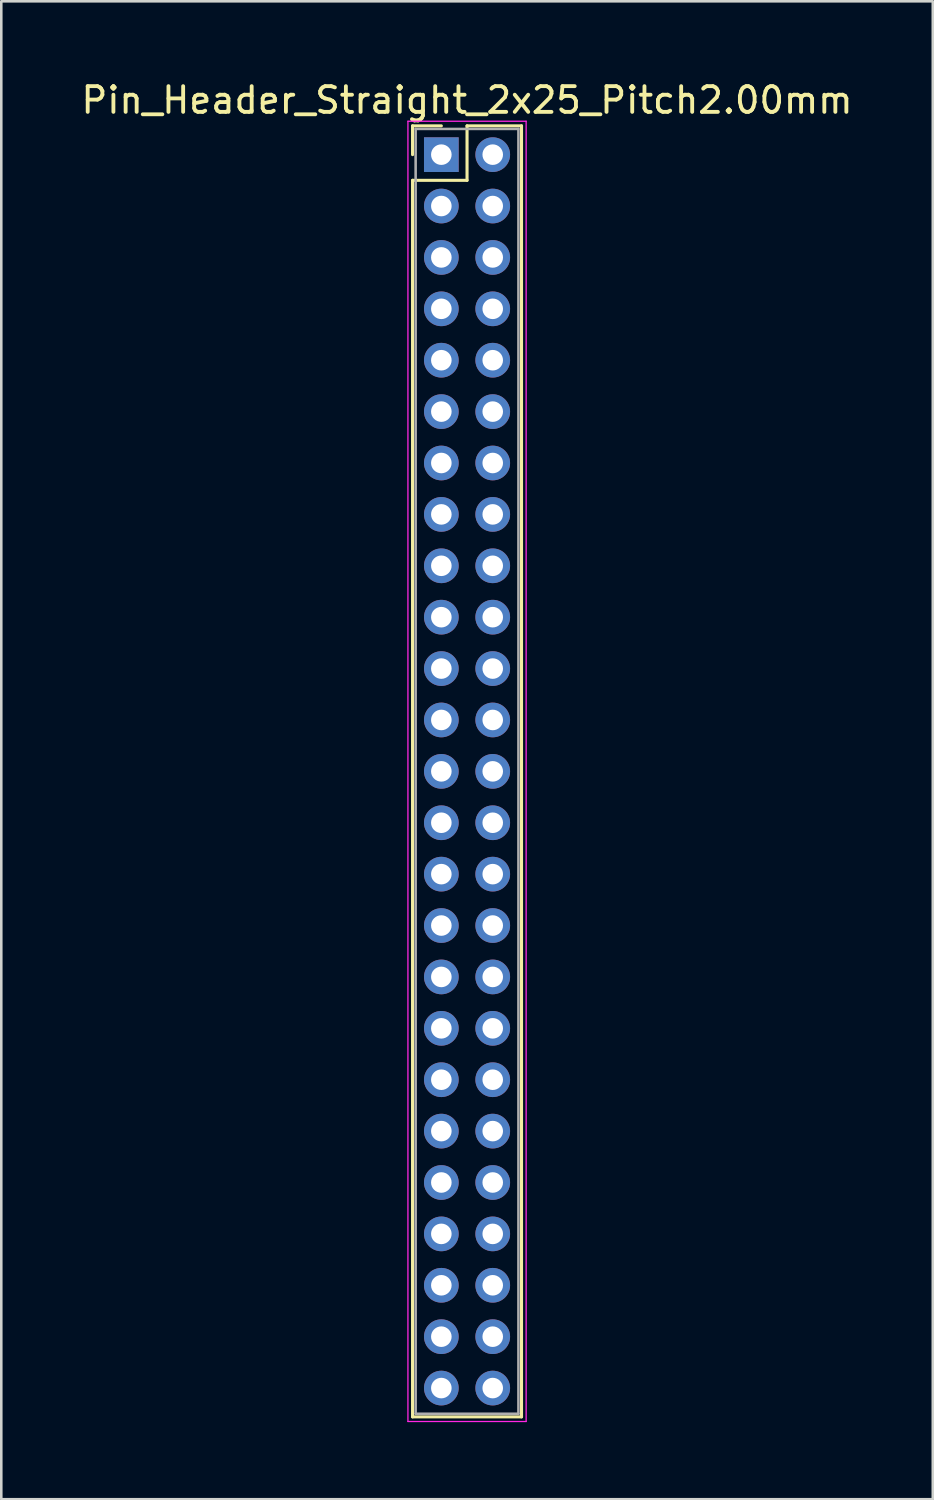
<source format=kicad_pcb>
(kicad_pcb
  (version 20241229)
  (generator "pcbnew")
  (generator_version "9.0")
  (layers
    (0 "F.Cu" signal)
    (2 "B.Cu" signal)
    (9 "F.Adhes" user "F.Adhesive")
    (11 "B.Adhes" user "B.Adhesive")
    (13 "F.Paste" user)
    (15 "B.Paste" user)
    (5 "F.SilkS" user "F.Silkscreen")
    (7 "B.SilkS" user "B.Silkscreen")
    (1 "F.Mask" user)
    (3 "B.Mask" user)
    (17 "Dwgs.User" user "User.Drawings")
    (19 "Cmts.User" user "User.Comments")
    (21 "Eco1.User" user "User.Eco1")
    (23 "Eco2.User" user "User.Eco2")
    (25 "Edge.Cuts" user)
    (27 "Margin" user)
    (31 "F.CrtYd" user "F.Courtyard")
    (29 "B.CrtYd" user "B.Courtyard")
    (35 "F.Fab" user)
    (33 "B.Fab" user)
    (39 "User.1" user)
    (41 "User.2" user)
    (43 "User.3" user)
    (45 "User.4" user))
  (footprint "Pin_Header_Straight_2x25_Pitch2.00mm"
    (layer "F.Cu")
    (at 14.125 2.968)
    (property "Reference" "Pin_Header_Straight_2x25_Pitch2.00mm" (at 1 -2.12 0) (layer "F.SilkS") (effects (font (size 1 1) (thickness 0.15))))
    (attr through_hole)
    (fp_line (start -1.12 -1.12) (end 0 -1.12) (stroke (width 0.12) (type solid)) (layer "F.SilkS"))
    (fp_line (start -1.12 0) (end -1.12 -1.12) (stroke (width 0.12) (type solid)) (layer "F.SilkS"))
    (fp_line (start -1.12 1) (end -1.12 49.12) (stroke (width 0.12) (type solid)) (layer "F.SilkS"))
    (fp_line (start -1.12 49.12) (end 3.12 49.12) (stroke (width 0.12) (type solid)) (layer "F.SilkS"))
    (fp_line (start 1 -1.12) (end 1 1) (stroke (width 0.12) (type solid)) (layer "F.SilkS"))
    (fp_line (start 1 1) (end -1.12 1) (stroke (width 0.12) (type solid)) (layer "F.SilkS"))
    (fp_line (start 3.12 -1.12) (end 1 -1.12) (stroke (width 0.12) (type solid)) (layer "F.SilkS"))
    (fp_line (start 3.12 49.12) (end 3.12 -1.12) (stroke (width 0.12) (type solid)) (layer "F.SilkS"))
    (fp_line (start -1.3 -1.3) (end -1.3 49.3) (stroke (width 0.05) (type solid)) (layer "F.CrtYd"))
    (fp_line (start -1.3 49.3) (end 3.3 49.3) (stroke (width 0.05) (type solid)) (layer "F.CrtYd"))
    (fp_line (start 3.3 -1.3) (end -1.3 -1.3) (stroke (width 0.05) (type solid)) (layer "F.CrtYd"))
    (fp_line (start 3.3 49.3) (end 3.3 -1.3) (stroke (width 0.05) (type solid)) (layer "F.CrtYd"))
    (fp_line (start -1 -1) (end -1 49) (stroke (width 0.1) (type solid)) (layer "F.Fab"))
    (fp_line (start -1 49) (end 3 49) (stroke (width 0.1) (type solid)) (layer "F.Fab"))
    (fp_line (start 3 -1) (end -1 -1) (stroke (width 0.1) (type solid)) (layer "F.Fab"))
    (fp_line (start 3 49) (end 3 -1) (stroke (width 0.1) (type solid)) (layer "F.Fab"))
    (pad "1" thru_hole rect (at 0 0) (size 1.35 1.35) (drill 0.8) (layers "*.Cu" "*.Mask"))
    (pad "2" thru_hole oval (at 2 0) (size 1.35 1.35) (drill 0.8) (layers "*.Cu" "*.Mask"))
    (pad "3" thru_hole oval (at 0 2) (size 1.35 1.35) (drill 0.8) (layers "*.Cu" "*.Mask"))
    (pad "4" thru_hole oval (at 2 2) (size 1.35 1.35) (drill 0.8) (layers "*.Cu" "*.Mask"))
    (pad "5" thru_hole oval (at 0 4) (size 1.35 1.35) (drill 0.8) (layers "*.Cu" "*.Mask"))
    (pad "6" thru_hole oval (at 2 4) (size 1.35 1.35) (drill 0.8) (layers "*.Cu" "*.Mask"))
    (pad "7" thru_hole oval (at 0 6) (size 1.35 1.35) (drill 0.8) (layers "*.Cu" "*.Mask"))
    (pad "8" thru_hole oval (at 2 6) (size 1.35 1.35) (drill 0.8) (layers "*.Cu" "*.Mask"))
    (pad "9" thru_hole oval (at 0 8) (size 1.35 1.35) (drill 0.8) (layers "*.Cu" "*.Mask"))
    (pad "10" thru_hole oval (at 2 8) (size 1.35 1.35) (drill 0.8) (layers "*.Cu" "*.Mask"))
    (pad "11" thru_hole oval (at 0 10) (size 1.35 1.35) (drill 0.8) (layers "*.Cu" "*.Mask"))
    (pad "12" thru_hole oval (at 2 10) (size 1.35 1.35) (drill 0.8) (layers "*.Cu" "*.Mask"))
    (pad "13" thru_hole oval (at 0 12) (size 1.35 1.35) (drill 0.8) (layers "*.Cu" "*.Mask"))
    (pad "14" thru_hole oval (at 2 12) (size 1.35 1.35) (drill 0.8) (layers "*.Cu" "*.Mask"))
    (pad "15" thru_hole oval (at 0 14) (size 1.35 1.35) (drill 0.8) (layers "*.Cu" "*.Mask"))
    (pad "16" thru_hole oval (at 2 14) (size 1.35 1.35) (drill 0.8) (layers "*.Cu" "*.Mask"))
    (pad "17" thru_hole oval (at 0 16) (size 1.35 1.35) (drill 0.8) (layers "*.Cu" "*.Mask"))
    (pad "18" thru_hole oval (at 2 16) (size 1.35 1.35) (drill 0.8) (layers "*.Cu" "*.Mask"))
    (pad "19" thru_hole oval (at 0 18) (size 1.35 1.35) (drill 0.8) (layers "*.Cu" "*.Mask"))
    (pad "20" thru_hole oval (at 2 18) (size 1.35 1.35) (drill 0.8) (layers "*.Cu" "*.Mask"))
    (pad "21" thru_hole oval (at 0 20) (size 1.35 1.35) (drill 0.8) (layers "*.Cu" "*.Mask"))
    (pad "22" thru_hole oval (at 2 20) (size 1.35 1.35) (drill 0.8) (layers "*.Cu" "*.Mask"))
    (pad "23" thru_hole oval (at 0 22) (size 1.35 1.35) (drill 0.8) (layers "*.Cu" "*.Mask"))
    (pad "24" thru_hole oval (at 2 22) (size 1.35 1.35) (drill 0.8) (layers "*.Cu" "*.Mask"))
    (pad "25" thru_hole oval (at 0 24) (size 1.35 1.35) (drill 0.8) (layers "*.Cu" "*.Mask"))
    (pad "26" thru_hole oval (at 2 24) (size 1.35 1.35) (drill 0.8) (layers "*.Cu" "*.Mask"))
    (pad "27" thru_hole oval (at 0 26) (size 1.35 1.35) (drill 0.8) (layers "*.Cu" "*.Mask"))
    (pad "28" thru_hole oval (at 2 26) (size 1.35 1.35) (drill 0.8) (layers "*.Cu" "*.Mask"))
    (pad "29" thru_hole oval (at 0 28) (size 1.35 1.35) (drill 0.8) (layers "*.Cu" "*.Mask"))
    (pad "30" thru_hole oval (at 2 28) (size 1.35 1.35) (drill 0.8) (layers "*.Cu" "*.Mask"))
    (pad "31" thru_hole oval (at 0 30) (size 1.35 1.35) (drill 0.8) (layers "*.Cu" "*.Mask"))
    (pad "32" thru_hole oval (at 2 30) (size 1.35 1.35) (drill 0.8) (layers "*.Cu" "*.Mask"))
    (pad "33" thru_hole oval (at 0 32) (size 1.35 1.35) (drill 0.8) (layers "*.Cu" "*.Mask"))
    (pad "34" thru_hole oval (at 2 32) (size 1.35 1.35) (drill 0.8) (layers "*.Cu" "*.Mask"))
    (pad "35" thru_hole oval (at 0 34) (size 1.35 1.35) (drill 0.8) (layers "*.Cu" "*.Mask"))
    (pad "36" thru_hole oval (at 2 34) (size 1.35 1.35) (drill 0.8) (layers "*.Cu" "*.Mask"))
    (pad "37" thru_hole oval (at 0 36) (size 1.35 1.35) (drill 0.8) (layers "*.Cu" "*.Mask"))
    (pad "38" thru_hole oval (at 2 36) (size 1.35 1.35) (drill 0.8) (layers "*.Cu" "*.Mask"))
    (pad "39" thru_hole oval (at 0 38) (size 1.35 1.35) (drill 0.8) (layers "*.Cu" "*.Mask"))
    (pad "40" thru_hole oval (at 2 38) (size 1.35 1.35) (drill 0.8) (layers "*.Cu" "*.Mask"))
    (pad "41" thru_hole oval (at 0 40) (size 1.35 1.35) (drill 0.8) (layers "*.Cu" "*.Mask"))
    (pad "42" thru_hole oval (at 2 40) (size 1.35 1.35) (drill 0.8) (layers "*.Cu" "*.Mask"))
    (pad "43" thru_hole oval (at 0 42) (size 1.35 1.35) (drill 0.8) (layers "*.Cu" "*.Mask"))
    (pad "44" thru_hole oval (at 2 42) (size 1.35 1.35) (drill 0.8) (layers "*.Cu" "*.Mask"))
    (pad "45" thru_hole oval (at 0 44) (size 1.35 1.35) (drill 0.8) (layers "*.Cu" "*.Mask"))
    (pad "46" thru_hole oval (at 2 44) (size 1.35 1.35) (drill 0.8) (layers "*.Cu" "*.Mask"))
    (pad "47" thru_hole oval (at 0 46) (size 1.35 1.35) (drill 0.8) (layers "*.Cu" "*.Mask"))
    (pad "48" thru_hole oval (at 2 46) (size 1.35 1.35) (drill 0.8) (layers "*.Cu" "*.Mask"))
    (pad "49" thru_hole oval (at 0 48) (size 1.35 1.35) (drill 0.8) (layers "*.Cu" "*.Mask"))
    (pad "50" thru_hole oval (at 2 48) (size 1.35 1.35) (drill 0.8) (layers "*.Cu" "*.Mask")))
  (gr_rect
    (start -3 -3)
    (end 33.25 55.293)
    (stroke (width 0.1) (type default))
    (fill no)
    (layer "Edge.Cuts")))
</source>
